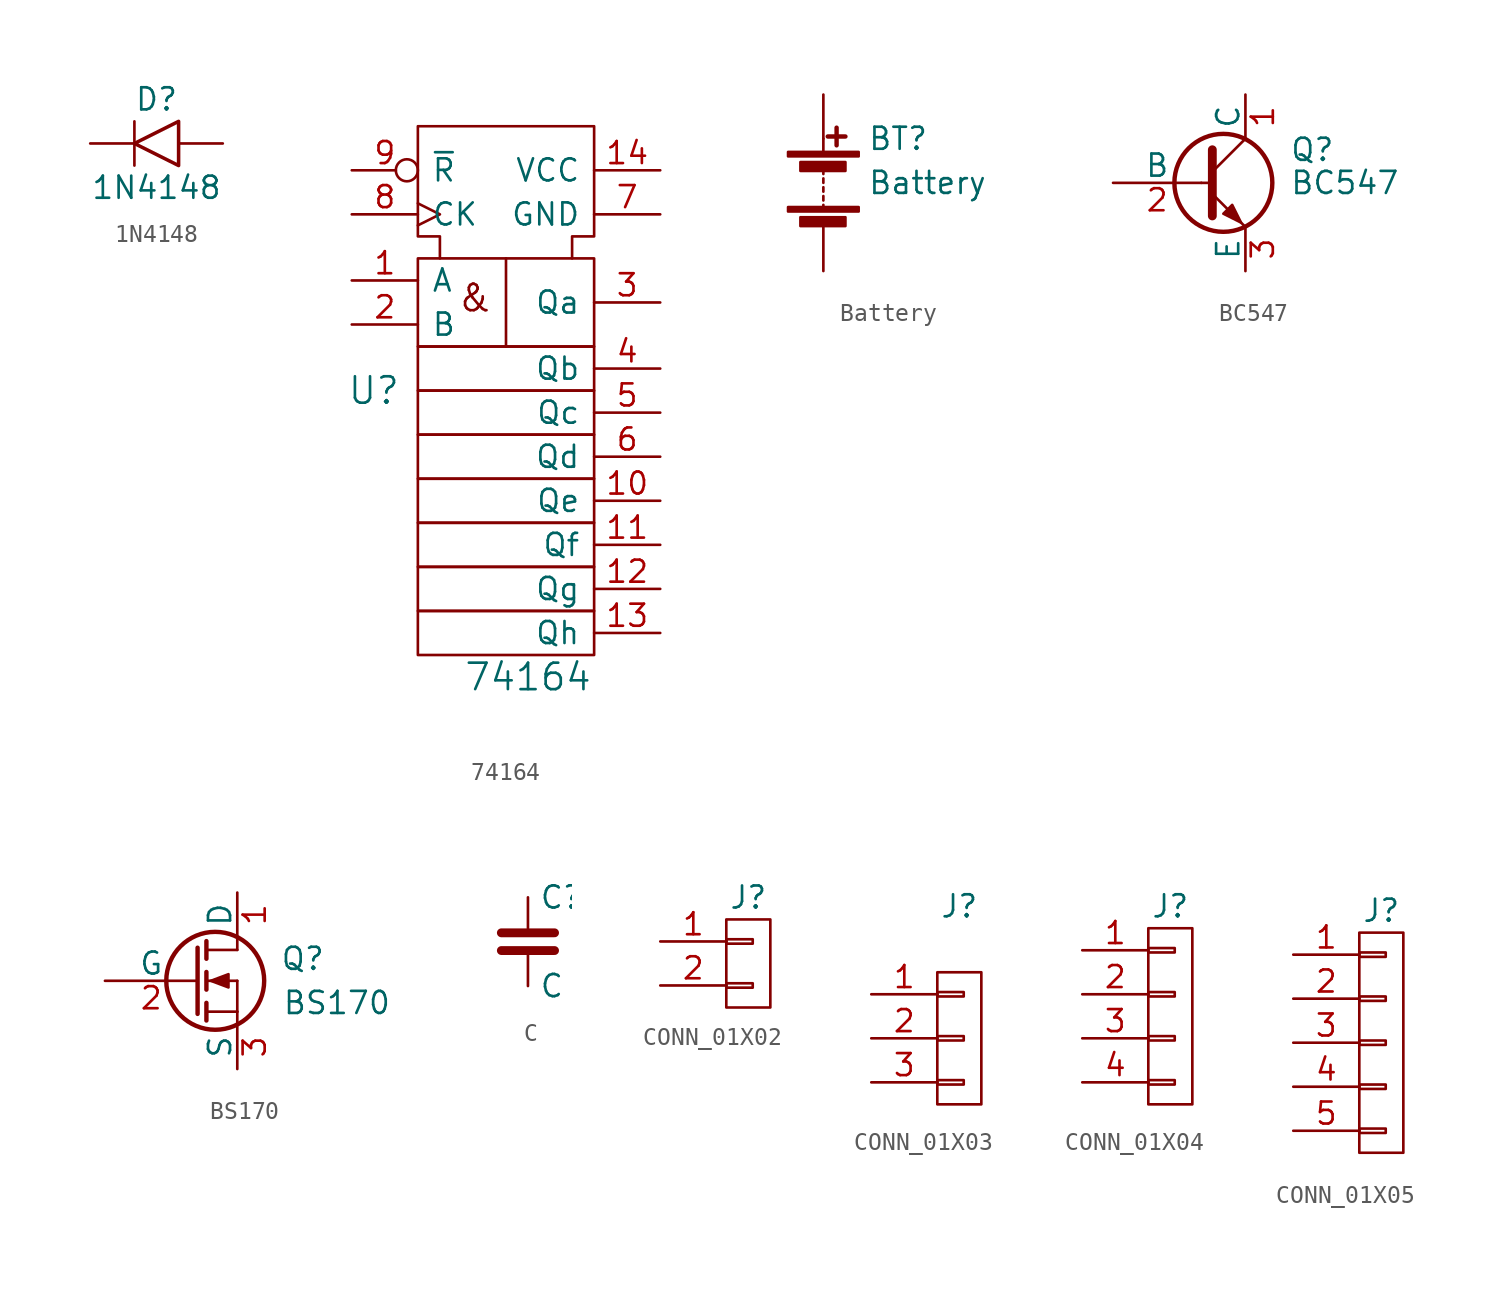
<source format=kicad_sym>
(kicad_symbol_lib
  (version 20211014)
  (generator kicad_symbol_editor)
  (symbol "1N4148"
    (pin_numbers hide)
    (pin_names
      (offset 1.016) hide)
    (property "Reference" "D"
      (at 0 2.54 0)
      (effects (font (size 1.27 1.27))))
    (property "Value" "1N4148"
      (at 0 -2.54 0)
      (effects (font (size 1.27 1.27))))
    (symbol "1N4148_0_1"
      (polyline (pts (xy -1.27 1.27) (xy -1.27 -1.27)) (stroke (width 0) (type default) (color 0 0 0 0)) (fill (type none)))
      (polyline (pts (xy 1.27 1.27) (xy 1.27 -1.27) (xy -1.27 0) (xy 1.27 1.27)) (stroke (width 0.203) (type default) (color 0 0 0 0)) (fill (type none))))
    (symbol "1N4148_1_1"
      (pin passive line (at -3.81 0 0) (length 2.54) (name "K" (effects (font (size 1.27 1.27)))) (number "1" (effects (font (size 1.27 1.27)))))
      (pin passive line (at 3.81 0 180) (length 2.54) (name "A" (effects (font (size 1.27 1.27)))) (number "2" (effects (font (size 1.27 1.27)))))))
  (symbol "74164"
    (pin_names
      (offset 0.762))
    (property "Reference" "U"
      (at -7.62 -6.35 0)
      (effects (font (size 1.524 1.524))))
    (property "Value" "74164"
      (at 1.27 -22.86 0)
      (effects (font (size 1.524 1.524))))
    (property "Footprint" ""
      (at 0 0 0)
      (effects (font (size 1.524 1.524))))
    (property "Datasheet" ""
      (at 0 0 0)
      (effects (font (size 1.524 1.524))))
    (symbol "74164_0_0"
      (text "&" (at -1.778 -1.016 0) (effects (font (size 1.524 1.524)))))
    (symbol "74164_0_1"
      (rectangle (start -5.08 -19.05) (end 5.08 -21.59) (stroke (width 0) (type default) (color 0 0 0 0)) (fill (type none)))
      (rectangle (start -5.08 -16.51) (end 5.08 -19.05) (stroke (width 0) (type default) (color 0 0 0 0)) (fill (type none)))
      (rectangle (start -5.08 -13.97) (end 5.08 -16.51) (stroke (width 0) (type default) (color 0 0 0 0)) (fill (type none)))
      (rectangle (start -5.08 -11.43) (end 5.08 -13.97) (stroke (width 0) (type default) (color 0 0 0 0)) (fill (type none)))
      (rectangle (start -5.08 -8.89) (end 5.08 -11.43) (stroke (width 0) (type default) (color 0 0 0 0)) (fill (type none)))
      (rectangle (start -5.08 -6.35) (end 5.08 -8.89) (stroke (width 0) (type default) (color 0 0 0 0)) (fill (type none)))
      (rectangle (start -5.08 -3.81) (end 5.08 -6.35) (stroke (width 0) (type default) (color 0 0 0 0)) (fill (type none)))
      (rectangle (start -5.08 1.27) (end 5.08 -3.81) (stroke (width 0) (type default) (color 0 0 0 0)) (fill (type none)))
      (polyline (pts (xy 0 1.27) (xy 0 -1.27) (xy 0 -3.81) (xy 0 -3.81)) (stroke (width 0) (type default) (color 0 0 0 0)) (fill (type none)))
      (polyline (pts (xy 3.81 1.27) (xy 3.81 2.54) (xy 5.08 2.54) (xy 5.08 8.89) (xy -5.08 8.89) (xy -5.08 2.54) (xy -3.81 2.54) (xy -3.81 1.27)) (stroke (width 0) (type default) (color 0 0 0 0)) (fill (type none))))
    (symbol "74164_1_1"
      (pin input line (at -8.89 0 0) (length 3.81) (name "A" (effects (font (size 1.27 1.27)))) (number "1" (effects (font (size 1.27 1.27)))))
      (pin output line (at 8.89 -12.7 180) (length 3.81) (name "Qe" (effects (font (size 1.27 1.27)))) (number "10" (effects (font (size 1.27 1.27)))))
      (pin output line (at 8.89 -15.24 180) (length 3.81) (name "Qf" (effects (font (size 1.27 1.27)))) (number "11" (effects (font (size 1.27 1.27)))))
      (pin output line (at 8.89 -17.78 180) (length 3.81) (name "Qg" (effects (font (size 1.27 1.27)))) (number "12" (effects (font (size 1.27 1.27)))))
      (pin output line (at 8.89 -20.32 180) (length 3.81) (name "Qh" (effects (font (size 1.27 1.27)))) (number "13" (effects (font (size 1.27 1.27)))))
      (pin power_in line (at 8.89 6.35 180) (length 3.81) (name "VCC" (effects (font (size 1.27 1.27)))) (number "14" (effects (font (size 1.27 1.27)))))
      (pin input line (at -8.89 -2.54 0) (length 3.81) (name "B" (effects (font (size 1.27 1.27)))) (number "2" (effects (font (size 1.27 1.27)))))
      (pin output line (at 8.89 -1.27 180) (length 3.81) (name "Qa" (effects (font (size 1.27 1.27)))) (number "3" (effects (font (size 1.27 1.27)))))
      (pin output line (at 8.89 -5.08 180) (length 3.81) (name "Qb" (effects (font (size 1.27 1.27)))) (number "4" (effects (font (size 1.27 1.27)))))
      (pin output line (at 8.89 -7.62 180) (length 3.81) (name "Qc" (effects (font (size 1.27 1.27)))) (number "5" (effects (font (size 1.27 1.27)))))
      (pin output line (at 8.89 -10.16 180) (length 3.81) (name "Qd" (effects (font (size 1.27 1.27)))) (number "6" (effects (font (size 1.27 1.27)))))
      (pin power_in line (at 8.89 3.81 180) (length 3.81) (name "GND" (effects (font (size 1.27 1.27)))) (number "7" (effects (font (size 1.27 1.27)))))
      (pin input clock (at -8.89 3.81 0) (length 3.81) (name "CK" (effects (font (size 1.27 1.27)))) (number "8" (effects (font (size 1.27 1.27)))))
      (pin input inverted (at -8.89 6.35 0) (length 3.81) (name "~{R}" (effects (font (size 1.27 1.27)))) (number "9" (effects (font (size 1.27 1.27)))))))
  (symbol "Battery"
    (pin_numbers hide)
    (pin_names
      (offset 0) hide)
    (property "Reference" "BT"
      (at 2.54 2.54 0)
      (effects (font (size 1.27 1.27)) (justify left)))
    (property "Value" "Battery"
      (at 2.54 0 0)
      (effects (font (size 1.27 1.27)) (justify left)))
    (symbol "Battery_0_1"
      (rectangle (start -2.032 -1.397) (end 2.032 -1.651) (stroke (width 0) (type default) (color 0 0 0 0)) (fill (type outline)))
      (rectangle (start -2.032 1.778) (end 2.032 1.524) (stroke (width 0) (type default) (color 0 0 0 0)) (fill (type outline)))
      (rectangle (start -1.321 -1.981) (end 1.27 -2.489) (stroke (width 0) (type default) (color 0 0 0 0)) (fill (type outline)))
      (rectangle (start -1.321 1.194) (end 1.27 0.686) (stroke (width 0) (type default) (color 0 0 0 0)) (fill (type outline)))
      (polyline (pts (xy 0 -1.524) (xy 0 -1.27)) (stroke (width 0) (type default) (color 0 0 0 0)) (fill (type none)))
      (polyline (pts (xy 0 -1.016) (xy 0 -0.762)) (stroke (width 0) (type default) (color 0 0 0 0)) (fill (type none)))
      (polyline (pts (xy 0 -0.508) (xy 0 -0.254)) (stroke (width 0) (type default) (color 0 0 0 0)) (fill (type none)))
      (polyline (pts (xy 0 0) (xy 0 0.254)) (stroke (width 0) (type default) (color 0 0 0 0)) (fill (type none)))
      (polyline (pts (xy 0 0.508) (xy 0 0.762)) (stroke (width 0) (type default) (color 0 0 0 0)) (fill (type none)))
      (polyline (pts (xy 0 1.778) (xy 0 2.54)) (stroke (width 0) (type default) (color 0 0 0 0)) (fill (type none)))
      (polyline (pts (xy 0.254 2.667) (xy 1.27 2.667)) (stroke (width 0.254) (type default) (color 0 0 0 0)) (fill (type none)))
      (polyline (pts (xy 0.762 3.175) (xy 0.762 2.159)) (stroke (width 0.254) (type default) (color 0 0 0 0)) (fill (type none))))
    (symbol "Battery_1_1"
      (pin power_in line (at 0 5.08 270) (length 2.54) (name "+" (effects (font (size 1.27 1.27)))) (number "1" (effects (font (size 1.27 1.27)))))
      (pin power_in line (at 0 -5.08 90) (length 2.54) (name "-" (effects (font (size 1.27 1.27)))) (number "2" (effects (font (size 1.27 1.27)))))))
  (symbol "BC547"
    (pin_names
      (offset 0))
    (property "Reference" "Q"
      (at 5.08 1.905 0)
      (effects (font (size 1.27 1.27)) (justify left)))
    (property "Value" "BC547"
      (at 5.08 0 0)
      (effects (font (size 1.27 1.27)) (justify left)))
    (property "Datasheet" ""
      (at 0 0 0)
      (effects (font (size 1.27 1.27)) (justify left)))
    (symbol "BC547_0_1"
      (polyline (pts (xy 0 0) (xy 0.635 0)) (stroke (width 0) (type default) (color 0 0 0 0)) (fill (type none)))
      (polyline (pts (xy 0.635 0.635) (xy 2.54 2.54)) (stroke (width 0) (type default) (color 0 0 0 0)) (fill (type none)))
      (polyline (pts (xy 0.635 -0.635) (xy 2.54 -2.54) (xy 2.54 -2.54)) (stroke (width 0) (type default) (color 0 0 0 0)) (fill (type none)))
      (polyline (pts (xy 0.635 1.905) (xy 0.635 -1.905) (xy 0.635 -1.905)) (stroke (width 0.508) (type default) (color 0 0 0 0)) (fill (type none)))
      (polyline (pts (xy 1.27 -1.778) (xy 1.778 -1.27) (xy 2.286 -2.286) (xy 1.27 -1.778) (xy 1.27 -1.778)) (stroke (width 0) (type default) (color 0 0 0 0)) (fill (type outline)))
      (circle (center 1.27 0) (radius 2.819) (stroke (width 0.254) (type default) (color 0 0 0 0)) (fill (type none))))
    (symbol "BC547_1_1"
      (pin passive line (at 2.54 5.08 270) (length 2.54) (name "C" (effects (font (size 1.27 1.27)))) (number "1" (effects (font (size 1.27 1.27)))))
      (pin input line (at -5.08 0 0) (length 5.08) (name "B" (effects (font (size 1.27 1.27)))) (number "2" (effects (font (size 1.27 1.27)))))
      (pin passive line (at 2.54 -5.08 90) (length 2.54) (name "E" (effects (font (size 1.27 1.27)))) (number "3" (effects (font (size 1.27 1.27)))))))
  (symbol "BS170"
    (pin_names
      (offset 0))
    (property "Reference" "Q"
      (at 7.62 1.27 0)
      (effects (font (size 1.27 1.27)) (justify right)))
    (property "Value" "BS170"
      (at 11.43 -1.27 0)
      (effects (font (size 1.27 1.27)) (justify right)))
    (property "Footprint" ""
      (at 5.08 2.54 0)
      (effects (font (size 1.27 1.27))))
    (property "Datasheet" ""
      (at 0 0 0)
      (effects (font (size 1.27 1.27))))
    (symbol "BS170_0_1"
      (polyline (pts (xy 0.762 -1.778) (xy 2.54 -1.778)) (stroke (width 0) (type default) (color 0 0 0 0)) (fill (type none)))
      (polyline (pts (xy 0.762 -1.27) (xy 0.762 -2.286)) (stroke (width 0.254) (type default) (color 0 0 0 0)) (fill (type none)))
      (polyline (pts (xy 0.762 0) (xy 2.54 0)) (stroke (width 0) (type default) (color 0 0 0 0)) (fill (type none)))
      (polyline (pts (xy 0.762 0.508) (xy 0.762 -0.508)) (stroke (width 0.254) (type default) (color 0 0 0 0)) (fill (type none)))
      (polyline (pts (xy 0.762 1.778) (xy 2.54 1.778)) (stroke (width 0) (type default) (color 0 0 0 0)) (fill (type none)))
      (polyline (pts (xy 0.762 2.286) (xy 0.762 1.27)) (stroke (width 0.254) (type default) (color 0 0 0 0)) (fill (type none)))
      (polyline (pts (xy 2.54 -1.778) (xy 2.54 -2.54)) (stroke (width 0) (type default) (color 0 0 0 0)) (fill (type none)))
      (polyline (pts (xy 2.54 -1.778) (xy 2.54 0)) (stroke (width 0) (type default) (color 0 0 0 0)) (fill (type none)))
      (polyline (pts (xy 2.54 2.54) (xy 2.54 1.778)) (stroke (width 0) (type default) (color 0 0 0 0)) (fill (type none)))
      (polyline (pts (xy 0.254 1.905) (xy 0.254 -1.905) (xy 0.254 -1.905)) (stroke (width 0.254) (type default) (color 0 0 0 0)) (fill (type none)))
      (polyline (pts (xy 1.016 0) (xy 2.032 0.381) (xy 2.032 -0.381) (xy 1.016 0)) (stroke (width 0) (type default) (color 0 0 0 0)) (fill (type outline)))
      (circle (center 1.27 0) (radius 2.819) (stroke (width 0.254) (type default) (color 0 0 0 0)) (fill (type none))))
    (symbol "BS170_1_1"
      (pin passive line (at 2.54 5.08 270) (length 2.54) (name "D" (effects (font (size 1.27 1.27)))) (number "1" (effects (font (size 1.27 1.27)))))
      (pin input line (at -5.08 0 0) (length 5.334) (name "G" (effects (font (size 1.27 1.27)))) (number "2" (effects (font (size 1.27 1.27)))))
      (pin passive line (at 2.54 -5.08 90) (length 2.54) (name "S" (effects (font (size 1.27 1.27)))) (number "3" (effects (font (size 1.27 1.27)))))))
  (symbol "C"
    (pin_numbers hide)
    (pin_names
      (offset 0.254))
    (property "Reference" "C"
      (at 0.635 2.54 0)
      (effects (font (size 1.27 1.27)) (justify left)))
    (property "Value" "C"
      (at 0.635 -2.54 0)
      (effects (font (size 1.27 1.27)) (justify left)))
    (symbol "C_0_1"
      (polyline (pts (xy -1.524 -0.508) (xy 1.524 -0.508)) (stroke (width 0.508) (type default) (color 0 0 0 0)) (fill (type none)))
      (polyline (pts (xy -1.524 0.508) (xy 1.524 0.508)) (stroke (width 0.508) (type default) (color 0 0 0 0)) (fill (type none))))
    (symbol "C_1_1"
      (pin passive line (at 0 2.54 270) (length 1.778) (name "~" (effects (font (size 1.27 1.27)))) (number "1" (effects (font (size 1.27 1.27)))))
      (pin passive line (at 0 -2.54 90) (length 1.778) (name "~" (effects (font (size 1.27 1.27)))) (number "2" (effects (font (size 1.27 1.27)))))))
  (symbol "CONN_01X02"
    (pin_names
      (offset 1.016) hide)
    (property "Reference" "J"
      (at 0 3.81 0)
      (effects (font (size 1.27 1.27))))
    (symbol "CONN_01X02_0_1"
      (rectangle (start -1.27 -1.143) (end 0.254 -1.397) (stroke (width 0) (type default) (color 0 0 0 0)) (fill (type none)))
      (rectangle (start -1.27 1.397) (end 0.254 1.143) (stroke (width 0) (type default) (color 0 0 0 0)) (fill (type none)))
      (rectangle (start -1.27 2.54) (end 1.27 -2.54) (stroke (width 0) (type default) (color 0 0 0 0)) (fill (type none))))
    (symbol "CONN_01X02_1_1"
      (pin passive line (at -5.08 1.27 0) (length 3.81) (name "P1" (effects (font (size 1.27 1.27)))) (number "1" (effects (font (size 1.27 1.27)))))
      (pin passive line (at -5.08 -1.27 0) (length 3.81) (name "P2" (effects (font (size 1.27 1.27)))) (number "2" (effects (font (size 1.27 1.27)))))))
  (symbol "CONN_01X03"
    (pin_names
      (offset 1.016) hide)
    (property "Reference" "J"
      (at 0 7.62 0)
      (effects (font (size 1.27 1.27))))
    (symbol "CONN_01X03_0_1"
      (rectangle (start -1.27 0.127) (end 0.254 -0.127) (stroke (width 0) (type default) (color 0 0 0 0)) (fill (type none)))
      (rectangle (start -1.27 2.667) (end 0.254 2.413) (stroke (width 0) (type default) (color 0 0 0 0)) (fill (type none)))
      (rectangle (start -1.27 3.81) (end 1.27 -3.81) (stroke (width 0) (type default) (color 0 0 0 0)) (fill (type none))))
    (symbol "CONN_01X03_1_1"
      (rectangle (start -1.27 -2.413) (end 0.254 -2.667) (stroke (width 0) (type default) (color 0 0 0 0)) (fill (type none)))
      (pin passive line (at -5.08 2.54 0) (length 3.81) (name "~" (effects (font (size 1.27 1.27)))) (number "1" (effects (font (size 1.27 1.27)))))
      (pin passive line (at -5.08 0 0) (length 3.81) (name "~" (effects (font (size 1.27 1.27)))) (number "2" (effects (font (size 1.27 1.27)))))
      (pin passive line (at -5.08 -2.54 0) (length 3.81) (name "~" (effects (font (size 1.27 1.27)))) (number "3" (effects (font (size 1.27 1.27)))))))
  (symbol "CONN_01X04"
    (pin_names
      (offset 1.016) hide)
    (property "Reference" "J"
      (at 0 6.35 0)
      (effects (font (size 1.27 1.27))))
    (symbol "CONN_01X04_0_1"
      (rectangle (start -1.27 -1.143) (end 0.254 -1.397) (stroke (width 0) (type default) (color 0 0 0 0)) (fill (type none)))
      (rectangle (start -1.27 1.397) (end 0.254 1.143) (stroke (width 0) (type default) (color 0 0 0 0)) (fill (type none)))
      (rectangle (start -1.27 5.08) (end 1.27 -5.08) (stroke (width 0) (type default) (color 0 0 0 0)) (fill (type none))))
    (symbol "CONN_01X04_1_1"
      (rectangle (start -1.27 -3.683) (end 0.254 -3.937) (stroke (width 0) (type default) (color 0 0 0 0)) (fill (type none)))
      (rectangle (start -1.27 3.937) (end 0.254 3.683) (stroke (width 0) (type default) (color 0 0 0 0)) (fill (type none)))
      (pin passive line (at -5.08 3.81 0) (length 3.81) (name "P1" (effects (font (size 1.27 1.27)))) (number "1" (effects (font (size 1.27 1.27)))))
      (pin passive line (at -5.08 1.27 0) (length 3.81) (name "P2" (effects (font (size 1.27 1.27)))) (number "2" (effects (font (size 1.27 1.27)))))
      (pin passive line (at -5.08 -1.27 0) (length 3.81) (name "~" (effects (font (size 1.27 1.27)))) (number "3" (effects (font (size 1.27 1.27)))))
      (pin passive line (at -5.08 -3.81 0) (length 3.81) (name "~" (effects (font (size 1.27 1.27)))) (number "4" (effects (font (size 1.27 1.27)))))))
  (symbol "CONN_01X05"
    (pin_names
      (offset 1.016) hide)
    (property "Reference" "J"
      (at 0 7.62 0)
      (effects (font (size 1.27 1.27))))
    (symbol "CONN_01X05_0_1"
      (rectangle (start -1.27 0.127) (end 0.254 -0.127) (stroke (width 0) (type default) (color 0 0 0 0)) (fill (type none)))
      (rectangle (start -1.27 2.667) (end 0.254 2.413) (stroke (width 0) (type default) (color 0 0 0 0)) (fill (type none)))
      (rectangle (start -1.27 6.35) (end 1.27 -6.35) (stroke (width 0) (type default) (color 0 0 0 0)) (fill (type none))))
    (symbol "CONN_01X05_1_1"
      (rectangle (start -1.27 -4.953) (end 0.254 -5.207) (stroke (width 0) (type default) (color 0 0 0 0)) (fill (type none)))
      (rectangle (start -1.27 -2.413) (end 0.254 -2.667) (stroke (width 0) (type default) (color 0 0 0 0)) (fill (type none)))
      (rectangle (start -1.27 5.207) (end 0.254 4.953) (stroke (width 0) (type default) (color 0 0 0 0)) (fill (type none)))
      (pin passive line (at -5.08 5.08 0) (length 3.81) (name "~" (effects (font (size 1.27 1.27)))) (number "1" (effects (font (size 1.27 1.27)))))
      (pin passive line (at -5.08 2.54 0) (length 3.81) (name "~" (effects (font (size 1.27 1.27)))) (number "2" (effects (font (size 1.27 1.27)))))
      (pin passive line (at -5.08 0 0) (length 3.81) (name "~" (effects (font (size 1.27 1.27)))) (number "3" (effects (font (size 1.27 1.27)))))
      (pin passive line (at -5.08 -2.54 0) (length 3.81) (name "~" (effects (font (size 1.27 1.27)))) (number "4" (effects (font (size 1.27 1.27)))))
      (pin passive line (at -5.08 -5.08 0) (length 3.81) (name "~" (effects (font (size 1.27 1.27)))) (number "5" (effects (font (size 1.27 1.27))))))))
</source>
